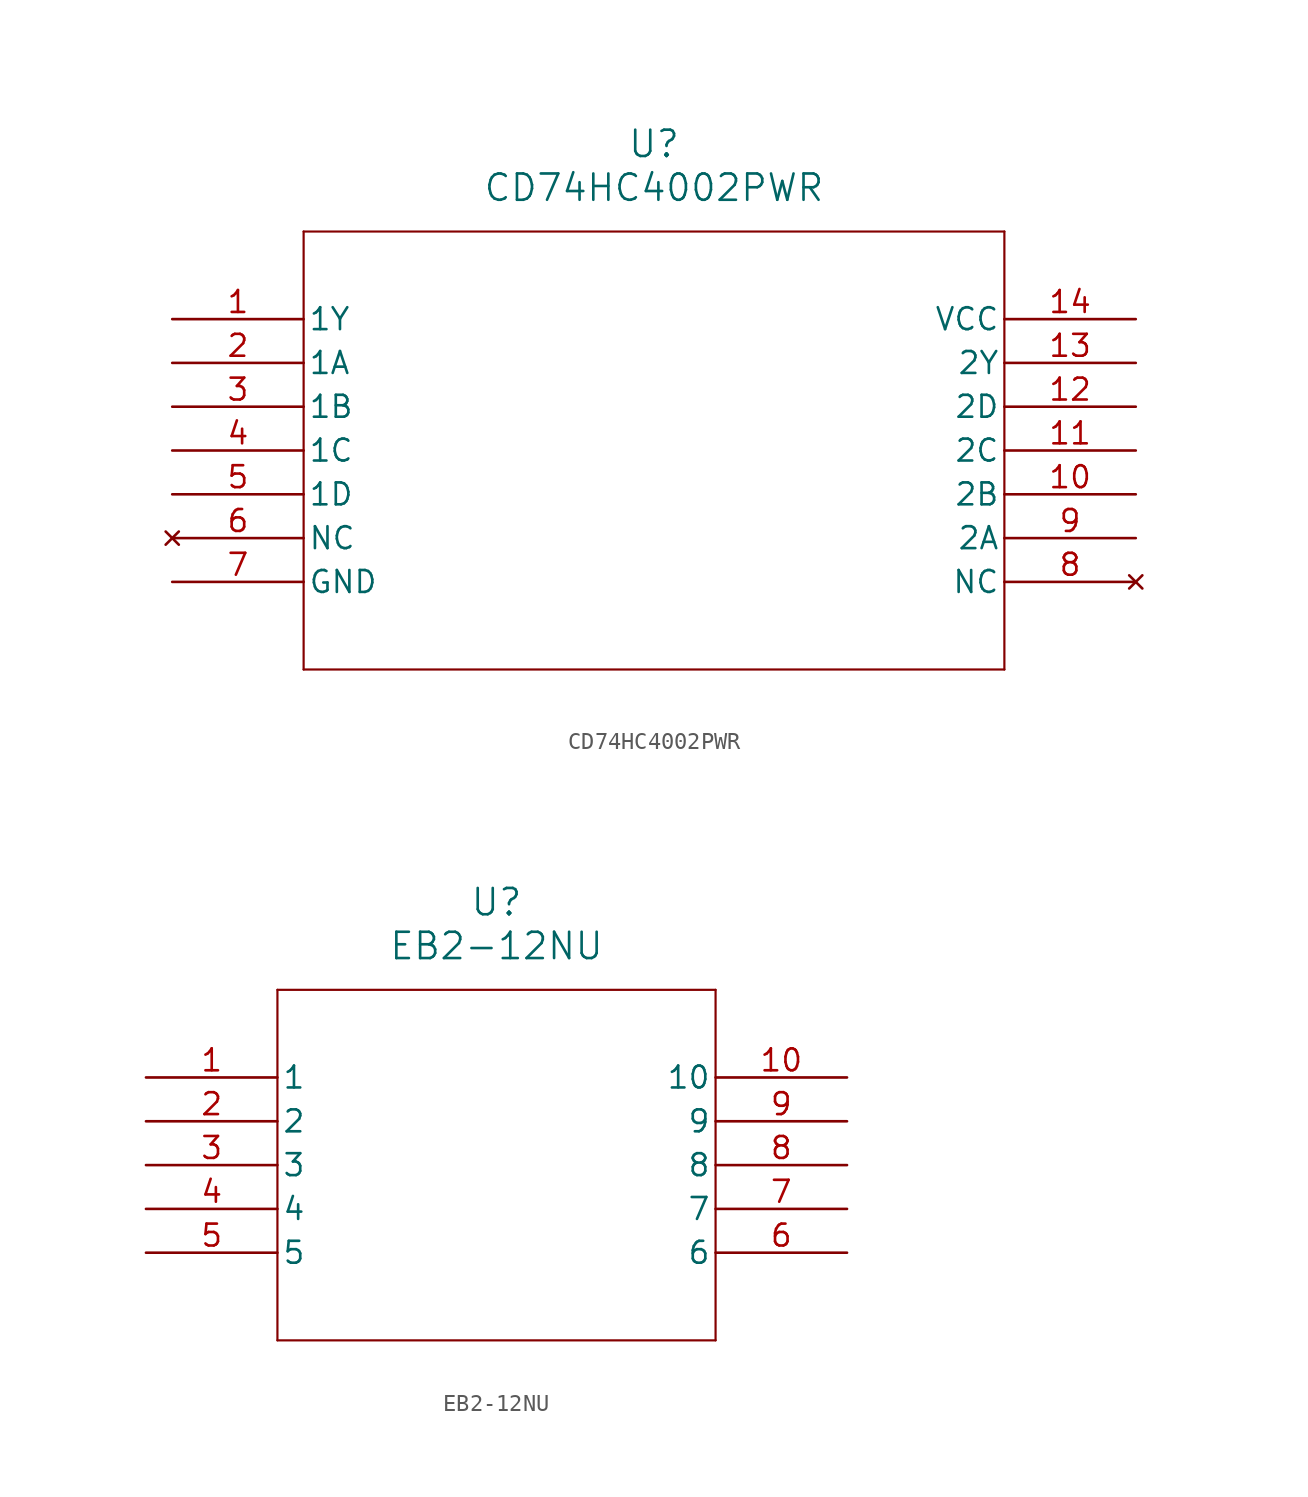
<source format=kicad_sym>
(kicad_symbol_lib
  (version 20220914)
  (generator kicad_symbol_editor)
  (symbol "CD74HC4002PWR"
    (pin_names
      (offset 0.254))
    (property "Reference" "U"
      (at 27.94 10.16 0)
      (effects (font (size 1.524 1.524))))
    (property "Value" "CD74HC4002PWR"
      (at 27.94 7.62 0)
      (effects (font (size 1.524 1.524))))
    (property "ki_locked" ""
      (at 0 0 0)
      (effects (font (size 1.27 1.27))))
    (symbol "CD74HC4002PWR_0_1"
      (polyline (pts (xy 7.62 -20.32) (xy 48.26 -20.32)) (stroke (width 0.127) (type default)) (fill (type none)))
      (polyline (pts (xy 7.62 5.08) (xy 7.62 -20.32)) (stroke (width 0.127) (type default)) (fill (type none)))
      (polyline (pts (xy 48.26 -20.32) (xy 48.26 5.08)) (stroke (width 0.127) (type default)) (fill (type none)))
      (polyline (pts (xy 48.26 5.08) (xy 7.62 5.08)) (stroke (width 0.127) (type default)) (fill (type none)))
      (pin output line (at 0 0 0) (length 7.62) (name "1Y" (effects (font (size 1.27 1.27)))) (number "1" (effects (font (size 1.27 1.27)))))
      (pin input line (at 55.88 -10.16 180) (length 7.62) (name "2B" (effects (font (size 1.27 1.27)))) (number "10" (effects (font (size 1.27 1.27)))))
      (pin input line (at 55.88 -7.62 180) (length 7.62) (name "2C" (effects (font (size 1.27 1.27)))) (number "11" (effects (font (size 1.27 1.27)))))
      (pin input line (at 55.88 -5.08 180) (length 7.62) (name "2D" (effects (font (size 1.27 1.27)))) (number "12" (effects (font (size 1.27 1.27)))))
      (pin output line (at 55.88 -2.54 180) (length 7.62) (name "2Y" (effects (font (size 1.27 1.27)))) (number "13" (effects (font (size 1.27 1.27)))))
      (pin power_in line (at 55.88 0 180) (length 7.62) (name "VCC" (effects (font (size 1.27 1.27)))) (number "14" (effects (font (size 1.27 1.27)))))
      (pin input line (at 0 -2.54 0) (length 7.62) (name "1A" (effects (font (size 1.27 1.27)))) (number "2" (effects (font (size 1.27 1.27)))))
      (pin input line (at 0 -5.08 0) (length 7.62) (name "1B" (effects (font (size 1.27 1.27)))) (number "3" (effects (font (size 1.27 1.27)))))
      (pin input line (at 0 -7.62 0) (length 7.62) (name "1C" (effects (font (size 1.27 1.27)))) (number "4" (effects (font (size 1.27 1.27)))))
      (pin input line (at 0 -10.16 0) (length 7.62) (name "1D" (effects (font (size 1.27 1.27)))) (number "5" (effects (font (size 1.27 1.27)))))
      (pin no_connect line (at 0 -12.7 0) (length 7.62) (name "NC" (effects (font (size 1.27 1.27)))) (number "6" (effects (font (size 1.27 1.27)))))
      (pin power_in line (at 0 -15.24 0) (length 7.62) (name "GND" (effects (font (size 1.27 1.27)))) (number "7" (effects (font (size 1.27 1.27)))))
      (pin no_connect line (at 55.88 -15.24 180) (length 7.62) (name "NC" (effects (font (size 1.27 1.27)))) (number "8" (effects (font (size 1.27 1.27)))))
      (pin input line (at 55.88 -12.7 180) (length 7.62) (name "2A" (effects (font (size 1.27 1.27)))) (number "9" (effects (font (size 1.27 1.27)))))))
  (symbol "EB2-12NU"
    (pin_names
      (offset 0.254))
    (property "Reference" "U"
      (at 20.32 10.16 0)
      (effects (font (size 1.524 1.524))))
    (property "Value" "EB2-12NU"
      (at 20.32 7.62 0)
      (effects (font (size 1.524 1.524))))
    (property "ki_locked" ""
      (at 0 0 0)
      (effects (font (size 1.27 1.27))))
    (symbol "EB2-12NU_0_1"
      (polyline (pts (xy 7.62 -15.24) (xy 33.02 -15.24)) (stroke (width 0.127) (type default)) (fill (type none)))
      (polyline (pts (xy 7.62 5.08) (xy 7.62 -15.24)) (stroke (width 0.127) (type default)) (fill (type none)))
      (polyline (pts (xy 33.02 -15.24) (xy 33.02 5.08)) (stroke (width 0.127) (type default)) (fill (type none)))
      (polyline (pts (xy 33.02 5.08) (xy 7.62 5.08)) (stroke (width 0.127) (type default)) (fill (type none)))
      (pin unspecified line (at 0 0 0) (length 7.62) (name "1" (effects (font (size 1.27 1.27)))) (number "1" (effects (font (size 1.27 1.27)))))
      (pin unspecified line (at 40.64 0 180) (length 7.62) (name "10" (effects (font (size 1.27 1.27)))) (number "10" (effects (font (size 1.27 1.27)))))
      (pin unspecified line (at 0 -2.54 0) (length 7.62) (name "2" (effects (font (size 1.27 1.27)))) (number "2" (effects (font (size 1.27 1.27)))))
      (pin unspecified line (at 0 -5.08 0) (length 7.62) (name "3" (effects (font (size 1.27 1.27)))) (number "3" (effects (font (size 1.27 1.27)))))
      (pin unspecified line (at 0 -7.62 0) (length 7.62) (name "4" (effects (font (size 1.27 1.27)))) (number "4" (effects (font (size 1.27 1.27)))))
      (pin unspecified line (at 0 -10.16 0) (length 7.62) (name "5" (effects (font (size 1.27 1.27)))) (number "5" (effects (font (size 1.27 1.27)))))
      (pin unspecified line (at 40.64 -10.16 180) (length 7.62) (name "6" (effects (font (size 1.27 1.27)))) (number "6" (effects (font (size 1.27 1.27)))))
      (pin unspecified line (at 40.64 -7.62 180) (length 7.62) (name "7" (effects (font (size 1.27 1.27)))) (number "7" (effects (font (size 1.27 1.27)))))
      (pin unspecified line (at 40.64 -5.08 180) (length 7.62) (name "8" (effects (font (size 1.27 1.27)))) (number "8" (effects (font (size 1.27 1.27)))))
      (pin unspecified line (at 40.64 -2.54 180) (length 7.62) (name "9" (effects (font (size 1.27 1.27)))) (number "9" (effects (font (size 1.27 1.27))))))))
</source>
